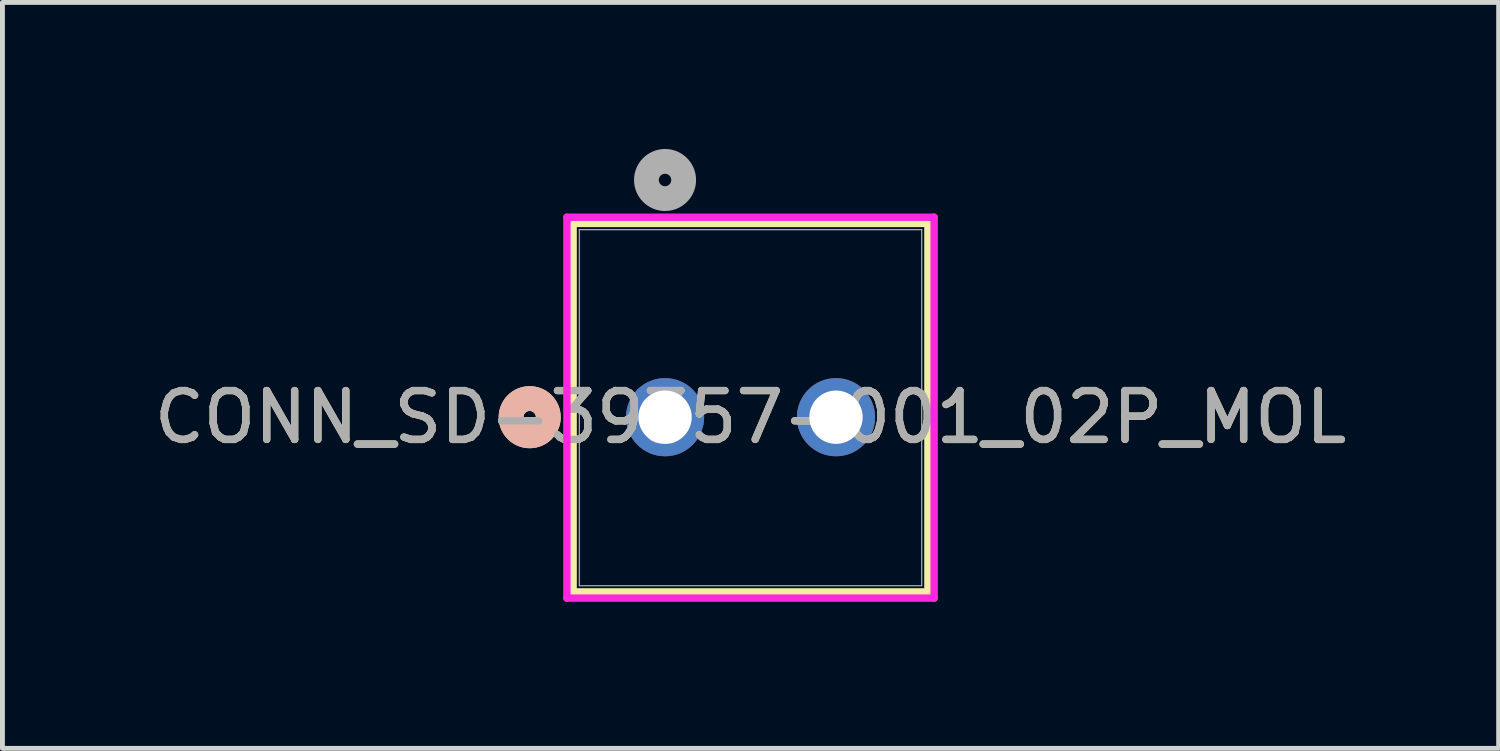
<source format=kicad_pcb>
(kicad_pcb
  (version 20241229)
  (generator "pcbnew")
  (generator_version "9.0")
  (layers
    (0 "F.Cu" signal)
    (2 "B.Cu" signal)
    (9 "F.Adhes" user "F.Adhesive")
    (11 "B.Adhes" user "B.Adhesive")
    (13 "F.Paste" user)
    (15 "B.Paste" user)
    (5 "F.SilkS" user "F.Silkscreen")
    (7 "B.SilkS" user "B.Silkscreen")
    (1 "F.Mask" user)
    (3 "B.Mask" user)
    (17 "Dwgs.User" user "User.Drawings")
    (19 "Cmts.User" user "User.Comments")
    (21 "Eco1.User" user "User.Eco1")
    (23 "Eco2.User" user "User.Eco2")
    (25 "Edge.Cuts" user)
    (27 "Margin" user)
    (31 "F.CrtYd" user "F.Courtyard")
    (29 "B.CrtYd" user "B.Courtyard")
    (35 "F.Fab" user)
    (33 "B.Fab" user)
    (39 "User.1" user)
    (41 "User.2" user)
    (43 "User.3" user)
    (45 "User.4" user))
  (footprint "CONN_SD-39357-001_02P_MOL"
    (layer "F.Cu")
    (at 10.565 5.491)
    (property "Reference" "CONN_SD-39357-001_02P_MOL" (at 1.75 0 0) (unlocked yes) (layer "F.SilkS") (effects (font (size 1 1) (thickness 0.15))))
    (attr through_hole)
    (fp_line (start -1.882 -3.967) (end -1.882 3.577) (stroke (width 0.152) (type solid)) (layer "F.SilkS"))
    (fp_line (start -1.882 3.577) (end 5.382 3.577) (stroke (width 0.152) (type solid)) (layer "F.SilkS"))
    (fp_line (start 5.382 -3.967) (end -1.882 -3.967) (stroke (width 0.152) (type solid)) (layer "F.SilkS"))
    (fp_line (start 5.382 3.577) (end 5.382 -3.967) (stroke (width 0.152) (type solid)) (layer "F.SilkS"))
    (fp_circle (center -2.771 0) (end -2.39 0) (stroke (width 0.508) (type solid)) (fill no) (layer "F.SilkS"))
    (fp_circle (center -2.771 0) (end -2.39 0) (stroke (width 0.508) (type solid)) (fill no) (layer "B.SilkS"))
    (fp_line (start -2.009 -4.094) (end -2.009 3.704) (stroke (width 0.152) (type solid)) (layer "F.CrtYd"))
    (fp_line (start -2.009 3.704) (end 5.509 3.704) (stroke (width 0.152) (type solid)) (layer "F.CrtYd"))
    (fp_line (start 5.509 -4.094) (end -2.009 -4.094) (stroke (width 0.152) (type solid)) (layer "F.CrtYd"))
    (fp_line (start 5.509 3.704) (end 5.509 -4.094) (stroke (width 0.152) (type solid)) (layer "F.CrtYd"))
    (fp_line (start -1.755 -3.84) (end -1.755 3.45) (stroke (width 0.025) (type solid)) (layer "F.Fab"))
    (fp_line (start -1.755 3.45) (end 5.255 3.45) (stroke (width 0.025) (type solid)) (layer "F.Fab"))
    (fp_line (start 5.255 -3.84) (end -1.755 -3.84) (stroke (width 0.025) (type solid)) (layer "F.Fab"))
    (fp_line (start 5.255 3.45) (end 5.255 -3.84) (stroke (width 0.025) (type solid)) (layer "F.Fab"))
    (fp_circle (center 0 -4.856) (end 0.381 -4.856) (stroke (width 0.508) (type solid)) (fill no) (layer "F.Fab"))
    (fp_text user "${REFERENCE}" (at 1.75 0 0) (unlocked yes) (layer "F.Fab") (effects (font (size 1 1) (thickness 0.15))))
    (pad "1" thru_hole circle (at 0 0) (size 1.6 1.6) (drill 1.092) (layers "*.Cu" "*.Mask"))
    (pad "2" thru_hole circle (at 3.5 0) (size 1.6 1.6) (drill 1.092) (layers "*.Cu" "*.Mask")))
  (gr_rect
    (start -3 -3)
    (end 27.631 12.271)
    (stroke (width 0.1) (type default))
    (fill no)
    (layer "Edge.Cuts")))
</source>
